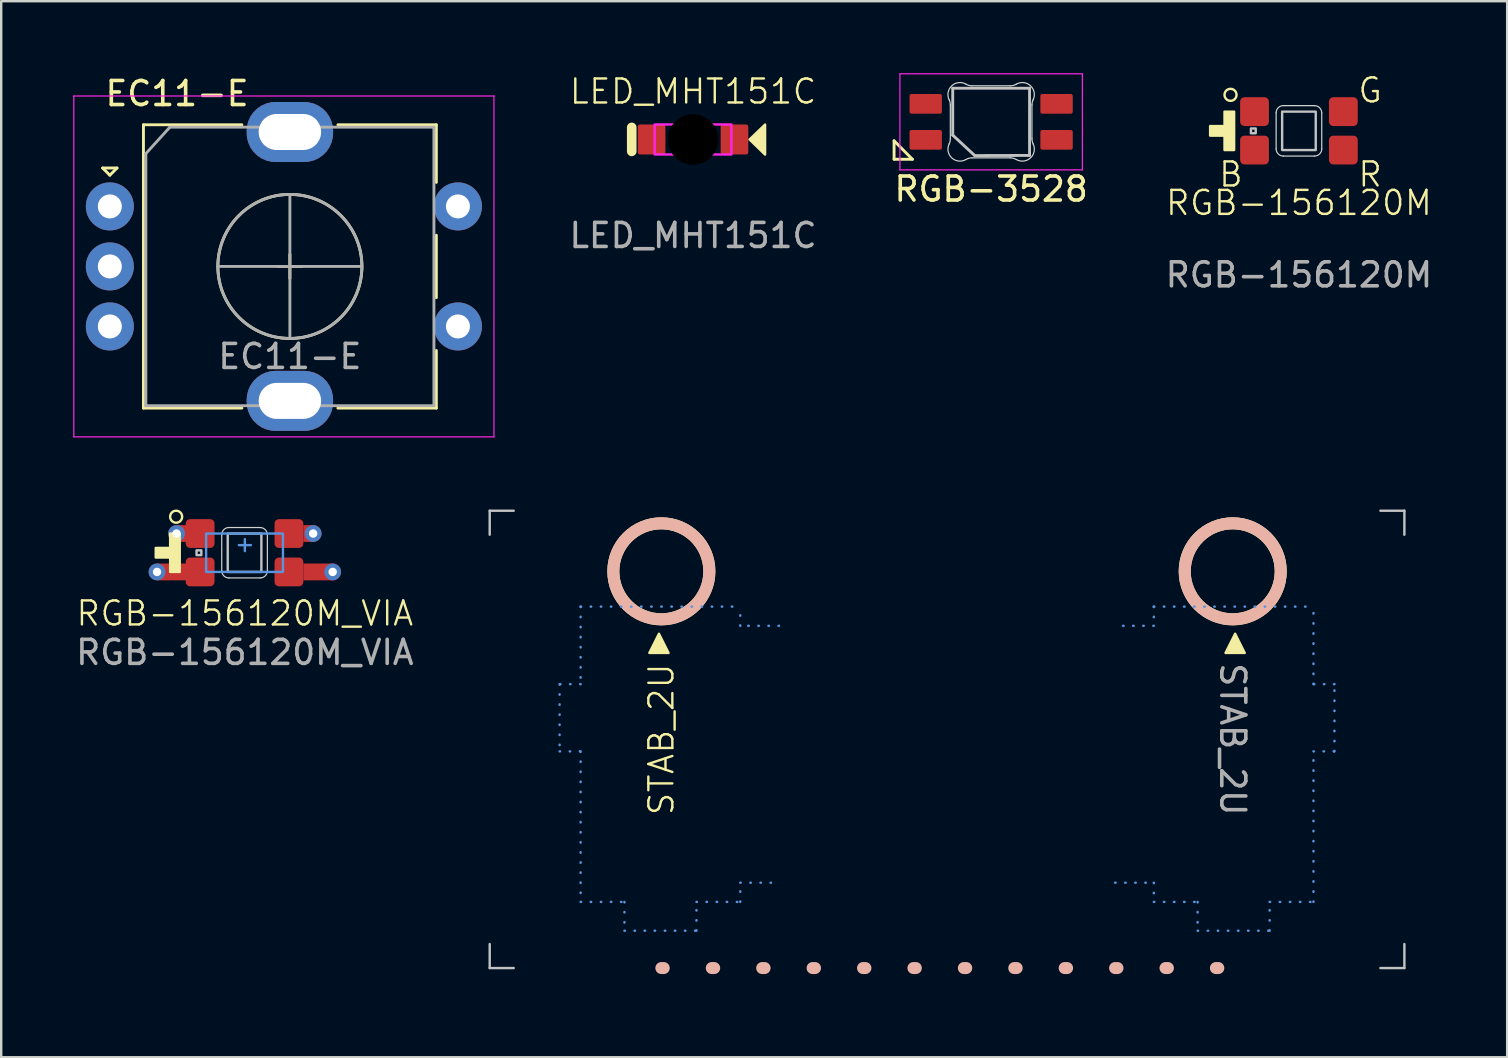
<source format=kicad_pcb>
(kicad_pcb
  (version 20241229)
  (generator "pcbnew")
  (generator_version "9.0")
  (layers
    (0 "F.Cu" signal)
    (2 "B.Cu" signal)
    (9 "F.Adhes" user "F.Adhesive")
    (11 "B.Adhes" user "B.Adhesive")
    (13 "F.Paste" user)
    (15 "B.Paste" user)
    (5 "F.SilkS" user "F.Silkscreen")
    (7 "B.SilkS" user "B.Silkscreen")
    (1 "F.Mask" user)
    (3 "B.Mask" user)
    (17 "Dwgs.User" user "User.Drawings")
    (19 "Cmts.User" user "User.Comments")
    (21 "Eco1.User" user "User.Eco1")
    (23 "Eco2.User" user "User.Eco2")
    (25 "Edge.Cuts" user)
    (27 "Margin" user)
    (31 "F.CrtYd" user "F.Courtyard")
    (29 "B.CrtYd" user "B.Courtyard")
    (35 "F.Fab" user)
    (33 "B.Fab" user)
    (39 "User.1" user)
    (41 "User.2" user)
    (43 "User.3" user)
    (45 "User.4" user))
  (footprint "EC11-E"
    (layer "F.Cu")
    (at 9.025 8.048)
    (property "Reference" "EC11-E" (at -4.7 -7.2 0) (layer "F.SilkS") (effects (font (size 1 1) (thickness 0.15))))
    (attr through_hole)
    (fp_line (start -7.8 -4.1) (end -7.2 -4.1) (stroke (width 0.12) (type solid)) (layer "F.SilkS"))
    (fp_line (start -7.5 -3.8) (end -7.8 -4.1) (stroke (width 0.12) (type solid)) (layer "F.SilkS"))
    (fp_line (start -7.2 -4.1) (end -7.5 -3.8) (stroke (width 0.12) (type solid)) (layer "F.SilkS"))
    (fp_line (start -6.1 -5.9) (end -6.1 5.9) (stroke (width 0.12) (type solid)) (layer "F.SilkS"))
    (fp_line (start -2 -5.9) (end -6.1 -5.9) (stroke (width 0.12) (type solid)) (layer "F.SilkS"))
    (fp_line (start -2 5.9) (end -6.1 5.9) (stroke (width 0.12) (type solid)) (layer "F.SilkS"))
    (fp_line (start -0.5 0) (end 0.5 0) (stroke (width 0.12) (type solid)) (layer "F.SilkS"))
    (fp_line (start 0 -0.5) (end 0 0.5) (stroke (width 0.12) (type solid)) (layer "F.SilkS"))
    (fp_line (start 2 -5.9) (end 6.1 -5.9) (stroke (width 0.12) (type solid)) (layer "F.SilkS"))
    (fp_line (start 6.1 -5.9) (end 6.1 -3.5) (stroke (width 0.12) (type solid)) (layer "F.SilkS"))
    (fp_line (start 6.1 -1.3) (end 6.1 1.3) (stroke (width 0.12) (type solid)) (layer "F.SilkS"))
    (fp_line (start 6.1 3.5) (end 6.1 5.9) (stroke (width 0.12) (type solid)) (layer "F.SilkS"))
    (fp_line (start 6.1 5.9) (end 2 5.9) (stroke (width 0.12) (type solid)) (layer "F.SilkS"))
    (fp_circle (center 0 0) (end 3 0) (stroke (width 0.12) (type solid)) (fill no) (layer "F.SilkS"))
    (fp_line (start -9 -7.1) (end -9 7.1) (stroke (width 0.05) (type solid)) (layer "F.CrtYd"))
    (fp_line (start -9 -7.1) (end 8.5 -7.1) (stroke (width 0.05) (type solid)) (layer "F.CrtYd"))
    (fp_line (start 8.5 7.1) (end -9 7.1) (stroke (width 0.05) (type solid)) (layer "F.CrtYd"))
    (fp_line (start 8.5 7.1) (end 8.5 -7.1) (stroke (width 0.05) (type solid)) (layer "F.CrtYd"))
    (fp_line (start -6 -4.7) (end -5 -5.8) (stroke (width 0.12) (type solid)) (layer "F.Fab"))
    (fp_line (start -6 5.8) (end -6 -4.7) (stroke (width 0.12) (type solid)) (layer "F.Fab"))
    (fp_line (start -5 -5.8) (end 6 -5.8) (stroke (width 0.12) (type solid)) (layer "F.Fab"))
    (fp_line (start -3 0) (end 3 0) (stroke (width 0.12) (type solid)) (layer "F.Fab"))
    (fp_line (start 0 -3) (end 0 3) (stroke (width 0.12) (type solid)) (layer "F.Fab"))
    (fp_line (start 6 -5.8) (end 6 5.8) (stroke (width 0.12) (type solid)) (layer "F.Fab"))
    (fp_line (start 6 5.8) (end -6 5.8) (stroke (width 0.12) (type solid)) (layer "F.Fab"))
    (fp_circle (center 0 0) (end 3 0) (stroke (width 0.12) (type solid)) (fill no) (layer "F.Fab"))
    (fp_text user "${REFERENCE}" (at 0 3.75 0) (layer "F.Fab") (effects (font (size 1 1) (thickness 0.15))))
    (pad "A" thru_hole circle (at -7.5 -2.5) (size 2 2) (drill 1) (layers "*.Cu" "*.Mask"))
    (pad "B" thru_hole circle (at -7.5 2.5) (size 2 2) (drill 1) (layers "*.Cu" "*.Mask"))
    (pad "C" thru_hole circle (at -7.5 0) (size 2 2) (drill 1) (layers "*.Cu" "*.Mask"))
    (pad "D" thru_hole circle (at 7 -2.5) (size 2 2) (drill 1) (layers "*.Cu" "*.Mask"))
    (pad "E" thru_hole circle (at 7 2.5) (size 2 2) (drill 1) (layers "*.Cu" "*.Mask"))
    (pad "MP" thru_hole roundrect (at 0 -5.6) (size 3.6 2.5) (drill oval 2.6 1.5) (layers "*.Cu" "*.Mask") (roundrect_rratio 0.48))
    (pad "MP" thru_hole roundrect (at 0 5.6) (size 3.6 2.5) (drill oval 2.6 1.5) (layers "*.Cu" "*.Mask") (roundrect_rratio 0.48)))
  (footprint "RGB-156120M"
    (layer "F.Cu")
    (at 51.056 2.4)
    (property "Reference" "RGB-156120M" (at 0 3 0) (unlocked yes) (layer "F.SilkS") (effects (font (size 1 1) (thickness 0.1))))
    (attr through_hole)
    (fp_circle (center -2.85 -1.5) (end -2.6 -1.5) (stroke (width 0.1) (type default)) (fill no) (layer "F.SilkS"))
    (fp_poly (pts (xy -2.7 -0.8) (xy -2.7 0.8) (xy -3.1 0.8) (xy -3.1 0.2) (xy -3.7 0.2) (xy -3.7 -0.2) (xy -3.1 -0.2) (xy -3.1 -0.8)) (stroke (width 0.1) (type solid)) (fill yes) (layer "F.SilkS"))
    (fp_rect (start -2 -0.1) (end -1.8 0.1) (stroke (width 0.1) (type solid)) (fill no) (layer "Dwgs.User"))
    (fp_rect (start -0.7 -0.8) (end 0.7 0.8) (stroke (width 0.1) (type solid)) (fill no) (layer "Dwgs.User"))
    (fp_line (start -0.95 -0.75) (end -0.95 0.75) (stroke (width 0.05) (type solid)) (layer "Edge.Cuts"))
    (fp_line (start -0.65 -1.05) (end 0.65 -1.05) (stroke (width 0.05) (type solid)) (layer "Edge.Cuts"))
    (fp_line (start -0.65 1.05) (end 0.65 1.05) (stroke (width 0.05) (type solid)) (layer "Edge.Cuts"))
    (fp_line (start 0.95 -0.75) (end 0.95 0.75) (stroke (width 0.05) (type solid)) (layer "Edge.Cuts"))
    (fp_arc (start -0.950344 -0.749604) (mid -0.862655 -0.962095) (end -0.650396 -1.050344) (stroke (width 0.05) (type solid)) (layer "Edge.Cuts"))
    (fp_arc (start -0.65 1.050632) (mid -0.862579 0.962579) (end -0.950632 0.75) (stroke (width 0.05) (type solid)) (layer "Edge.Cuts"))
    (fp_arc (start 0.65 -1.048194) (mid 0.860855 -0.960855) (end 0.948194 -0.75) (stroke (width 0.05) (type solid)) (layer "Edge.Cuts"))
    (fp_arc (start 0.950632 0.75) (mid 0.862579 0.962579) (end 0.65 1.050632) (stroke (width 0.05) (type solid)) (layer "Edge.Cuts"))
    (fp_rect (start -1.25 -1.725) (end 1.25 1.725) (stroke (width 0.1) (type solid)) (fill no) (layer "Margin"))
    (fp_text user "R" (at 2.4 2.4 0) (unlocked yes) (layer "F.SilkS") (effects (font (size 1 1) (thickness 0.1)) (justify left bottom)))
    (fp_text user "G" (at 2.4 -1.1 0) (unlocked yes) (layer "F.SilkS") (effects (font (size 1 1) (thickness 0.1)) (justify left bottom)))
    (fp_text user "B" (at -3.4 2.4 0) (unlocked yes) (layer "F.SilkS") (effects (font (size 1 1) (thickness 0.1)) (justify left bottom)))
    (fp_text user "${REFERENCE}" (at 0 6 0) (unlocked yes) (layer "F.Fab") (effects (font (size 1 1) (thickness 0.15))))
    (pad "1" smd roundrect (at -1.85 -0.8) (size 1.2 1.2) (layers "F.Cu" "F.Mask" "F.Paste") (roundrect_rratio 0.15))
    (pad "2" smd roundrect (at -1.85 0.8) (size 1.2 1.2) (layers "F.Cu" "F.Mask" "F.Paste") (roundrect_rratio 0.15))
    (pad "3" smd roundrect (at 1.85 0.8) (size 1.2 1.2) (layers "F.Cu" "F.Mask" "F.Paste") (roundrect_rratio 0.15))
    (pad "4" smd roundrect (at 1.85 -0.8) (size 1.2 1.2) (layers "F.Cu" "F.Mask" "F.Paste") (roundrect_rratio 0.15)))
  (footprint "RGB-3528"
    (layer "F.Cu")
    (at 38.235 2.025)
    (property "Reference" "RGB-3528" (at 0 2.8 0) (layer "F.SilkS") (effects (font (size 1 1) (thickness 0.15))))
    (fp_line (start -4.043 0.79) (end -4.043 1.559) (stroke (width 0.12) (type solid)) (layer "F.SilkS"))
    (fp_line (start -4.043 1.559) (end -3.28 1.559) (stroke (width 0.12) (type solid)) (layer "F.SilkS"))
    (fp_line (start -3.28 1.559) (end -4.043 0.79) (stroke (width 0.12) (type solid)) (layer "F.SilkS"))
    (fp_line (start -1.6 -1.4) (end 1.6 -1.4) (stroke (width 0.12) (type solid)) (layer "Dwgs.User"))
    (fp_line (start -1.6 0.554) (end -1.6 -1.4) (stroke (width 0.12) (type solid)) (layer "Dwgs.User"))
    (fp_line (start -0.688 1.4) (end -1.6 0.554) (stroke (width 0.12) (type solid)) (layer "Dwgs.User"))
    (fp_line (start -0.683 1.405) (end 1.6 1.399) (stroke (width 0.12) (type solid)) (layer "Dwgs.User"))
    (fp_line (start 1.6 -1.4) (end 1.6 1.399) (stroke (width 0.12) (type solid)) (layer "Dwgs.User"))
    (fp_line (start -1.7 -0.703) (end -1.7 0.703) (stroke (width 0.05) (type solid)) (layer "Edge.Cuts"))
    (fp_line (start -0.794 1.5) (end 0.794 1.5) (stroke (width 0.05) (type solid)) (layer "Edge.Cuts"))
    (fp_line (start 0.794 -1.5) (end -0.794 -1.5) (stroke (width 0.05) (type solid)) (layer "Edge.Cuts"))
    (fp_line (start 1.7 0.703) (end 1.7 -0.703) (stroke (width 0.05) (type solid)) (layer "Edge.Cuts"))
    (fp_arc (start -1.749484 -0.919721) (mid -1.712527 -0.814069) (end -1.699999 -0.702844) (stroke (width 0.05) (type solid)) (layer "Edge.Cuts"))
    (fp_arc (start -1.749484 -0.919721) (mid -1.638071 -1.504036) (end -1.046711 -1.568299) (stroke (width 0.05) (type solid)) (layer "Edge.Cuts"))
    (fp_arc (start -1.699999 0.702841) (mid -1.712527 0.814067) (end -1.749484 0.919719) (stroke (width 0.05) (type solid)) (layer "Edge.Cuts"))
    (fp_arc (start -1.046711 1.568298) (mid -1.638072 1.504034) (end -1.749484 0.919718) (stroke (width 0.05) (type solid)) (layer "Edge.Cuts"))
    (fp_arc (start -1.046711 1.568298) (mid -0.925123 1.517376) (end -0.794452 1.499999) (stroke (width 0.05) (type solid)) (layer "Edge.Cuts"))
    (fp_arc (start -0.794453 -1.5) (mid -0.925123 -1.517377) (end -1.046711 -1.568299) (stroke (width 0.05) (type solid)) (layer "Edge.Cuts"))
    (fp_arc (start 0.794452 1.499999) (mid 0.925122 1.517376) (end 1.04671 1.568298) (stroke (width 0.05) (type solid)) (layer "Edge.Cuts"))
    (fp_arc (start 1.046711 -1.5683) (mid 0.925123 -1.517378) (end 0.794453 -1.500001) (stroke (width 0.05) (type solid)) (layer "Edge.Cuts"))
    (fp_arc (start 1.046711 -1.5683) (mid 1.638071 -1.504036) (end 1.749484 -0.919721) (stroke (width 0.05) (type solid)) (layer "Edge.Cuts"))
    (fp_arc (start 1.699999 -0.702843) (mid 1.712527 -0.814069) (end 1.749484 -0.919721) (stroke (width 0.05) (type solid)) (layer "Edge.Cuts"))
    (fp_arc (start 1.749484 0.919719) (mid 1.63807 1.504033) (end 1.046711 1.568296) (stroke (width 0.05) (type solid)) (layer "Edge.Cuts"))
    (fp_arc (start 1.749484 0.919719) (mid 1.712527 0.814067) (end 1.699999 0.702842) (stroke (width 0.05) (type solid)) (layer "Edge.Cuts"))
    (fp_line (start -3.8 -2) (end 3.8 -2) (stroke (width 0.05) (type solid)) (layer "F.CrtYd"))
    (fp_line (start -3.8 2) (end -3.8 -2) (stroke (width 0.05) (type solid)) (layer "F.CrtYd"))
    (fp_line (start 3.8 -2) (end 3.8 2) (stroke (width 0.05) (type solid)) (layer "F.CrtYd"))
    (fp_line (start 3.8 2) (end -3.8 2) (stroke (width 0.05) (type solid)) (layer "F.CrtYd"))
    (pad "1" smd roundrect (at -2.725 0.75 90) (size 0.82 1.35) (layers "F.Cu" "F.Mask" "F.Paste") (roundrect_rratio 0.1))
    (pad "2" smd roundrect (at -2.725 -0.75 90) (size 0.82 1.35) (layers "F.Cu" "F.Mask" "F.Paste") (roundrect_rratio 0.1))
    (pad "3" smd roundrect (at 2.725 -0.75 90) (size 0.82 1.35) (layers "F.Cu" "F.Mask" "F.Paste") (roundrect_rratio 0.1))
    (pad "4" smd roundrect (at 2.725 0.75 90) (size 0.82 1.35) (layers "F.Cu" "F.Mask" "F.Paste") (roundrect_rratio 0.1)))
  (footprint "STAB_2U"
    (layer "F.Cu")
    (at 36.398 27.748)
    (property "Reference" "STAB_2U" (at -11.9 0 90) (unlocked yes) (layer "F.SilkS") (effects (font (size 1 1) (thickness 0.1))))
    (attr through_hole)
    (fp_circle (center -11.9 -7) (end -9.9 -7) (stroke (width 0.5) (type solid)) (fill no) (layer "F.SilkS"))
    (fp_circle (center 11.9 -7) (end 13.9 -7) (stroke (width 0.5) (type solid)) (fill no) (layer "F.SilkS"))
    (fp_poly (pts (xy -12 -4.4) (xy -12.4 -3.6) (xy -11.6 -3.6)) (stroke (width 0.1) (type solid)) (fill yes) (layer "F.SilkS"))
    (fp_poly (pts (xy 12 -4.4) (xy 11.6 -3.6) (xy 12.4 -3.6)) (stroke (width 0.1) (type solid)) (fill yes) (layer "F.SilkS"))
    (fp_line (start -11.9 9.525) (end 11.9 9.525) (stroke (width 0.5) (type dot)) (layer "B.SilkS"))
    (fp_circle (center -11.9 -7) (end -9.9 -7) (stroke (width 0.5) (type solid)) (fill no) (layer "B.SilkS"))
    (fp_circle (center 11.9 -7) (end 13.9 -7) (stroke (width 0.5) (type solid)) (fill no) (layer "B.SilkS"))
    (fp_line (start -19.05 -9.525) (end -19.05 -8.525) (stroke (width 0.1) (type solid)) (layer "Dwgs.User"))
    (fp_line (start -19.05 8.525) (end -19.05 9.525) (stroke (width 0.1) (type solid)) (layer "Dwgs.User"))
    (fp_line (start -19.05 9.525) (end -18.05 9.525) (stroke (width 0.1) (type solid)) (layer "Dwgs.User"))
    (fp_line (start -18.05 -9.525) (end -19.05 -9.525) (stroke (width 0.1) (type solid)) (layer "Dwgs.User"))
    (fp_line (start 18.05 -9.525) (end 19.05 -9.525) (stroke (width 0.1) (type solid)) (layer "Dwgs.User"))
    (fp_line (start 19.05 -9.525) (end 19.05 -8.525) (stroke (width 0.1) (type solid)) (layer "Dwgs.User"))
    (fp_line (start 19.05 8.525) (end 19.05 9.525) (stroke (width 0.1) (type solid)) (layer "Dwgs.User"))
    (fp_line (start 19.05 9.525) (end 18.05 9.525) (stroke (width 0.1) (type solid)) (layer "Dwgs.User"))
    (fp_line (start -16.138 -2.3) (end -16.138 0.5) (stroke (width 0.1) (type dot)) (layer "Cmts.User"))
    (fp_line (start -16.138 0.5) (end -15.263 0.5) (stroke (width 0.1) (type dot)) (layer "Cmts.User"))
    (fp_line (start -15.263 -5.53) (end -15.263 -2.3) (stroke (width 0.1) (type dot)) (layer "Cmts.User"))
    (fp_line (start -15.263 -5.53) (end -8.613 -5.53) (stroke (width 0.1) (type dot)) (layer "Cmts.User"))
    (fp_line (start -15.263 -2.3) (end -16.138 -2.3) (stroke (width 0.1) (type dot)) (layer "Cmts.User"))
    (fp_line (start -15.263 0.5) (end -15.263 6.77) (stroke (width 0.1) (type dot)) (layer "Cmts.User"))
    (fp_line (start -15.263 6.77) (end -13.438 6.77) (stroke (width 0.1) (type dot)) (layer "Cmts.User"))
    (fp_line (start -13.438 6.77) (end -13.438 7.97) (stroke (width 0.1) (type dot)) (layer "Cmts.User"))
    (fp_line (start -13.438 7.97) (end -10.438 7.97) (stroke (width 0.1) (type dot)) (layer "Cmts.User"))
    (fp_line (start -10.438 6.77) (end -8.613 6.77) (stroke (width 0.1) (type dot)) (layer "Cmts.User"))
    (fp_line (start -10.438 7.97) (end -10.438 6.77) (stroke (width 0.1) (type dot)) (layer "Cmts.User"))
    (fp_line (start -8.613 -4.73) (end -8.613 -5.53) (stroke (width 0.1) (type dot)) (layer "Cmts.User"))
    (fp_line (start -8.613 5.97) (end -7 5.97) (stroke (width 0.1) (type dot)) (layer "Cmts.User"))
    (fp_line (start -8.613 6.77) (end -8.613 5.97) (stroke (width 0.1) (type dot)) (layer "Cmts.User"))
    (fp_line (start -7 -4.73) (end -8.613 -4.73) (stroke (width 0.1) (type dot)) (layer "Cmts.User"))
    (fp_line (start 7 5.97) (end 8.613 5.97) (stroke (width 0.1) (type dot)) (layer "Cmts.User"))
    (fp_line (start 8.613 -5.53) (end 8.613 -4.73) (stroke (width 0.1) (type dot)) (layer "Cmts.User"))
    (fp_line (start 8.613 -5.53) (end 15.263 -5.53) (stroke (width 0.1) (type dot)) (layer "Cmts.User"))
    (fp_line (start 8.613 -4.73) (end 7 -4.73) (stroke (width 0.1) (type dot)) (layer "Cmts.User"))
    (fp_line (start 8.613 5.97) (end 8.613 6.77) (stroke (width 0.1) (type dot)) (layer "Cmts.User"))
    (fp_line (start 8.613 6.77) (end 10.438 6.77) (stroke (width 0.1) (type dot)) (layer "Cmts.User"))
    (fp_line (start 10.438 6.77) (end 10.438 7.97) (stroke (width 0.1) (type dot)) (layer "Cmts.User"))
    (fp_line (start 10.438 7.97) (end 13.438 7.97) (stroke (width 0.1) (type dot)) (layer "Cmts.User"))
    (fp_line (start 13.438 6.77) (end 15.263 6.77) (stroke (width 0.1) (type dot)) (layer "Cmts.User"))
    (fp_line (start 13.438 7.97) (end 13.438 6.77) (stroke (width 0.1) (type dot)) (layer "Cmts.User"))
    (fp_line (start 15.263 -2.3) (end 15.263 -5.53) (stroke (width 0.1) (type dot)) (layer "Cmts.User"))
    (fp_line (start 15.263 0.5) (end 16.138 0.5) (stroke (width 0.1) (type dot)) (layer "Cmts.User"))
    (fp_line (start 15.263 6.77) (end 15.263 0.5) (stroke (width 0.1) (type dot)) (layer "Cmts.User"))
    (fp_line (start 16.138 -2.3) (end 15.263 -2.3) (stroke (width 0.1) (type dot)) (layer "Cmts.User"))
    (fp_line (start 16.138 0.5) (end 16.138 -2.3) (stroke (width 0.1) (type dot)) (layer "Cmts.User"))
    (fp_text user "${REFERENCE}" (at 11.9 0 270) (unlocked yes) (layer "F.Fab") (effects (font (size 1 1) (thickness 0.15))))
    (pad "" np_thru_hole circle (at -11.9 -7) (size 0.01 0.01) (drill 3.05) (layers "*.Cu" "*.Mask"))
    (pad "" np_thru_hole circle (at -11.9 8.24) (size 0.01 0.01) (drill 4) (layers "*.Cu" "*.Mask"))
    (pad "" np_thru_hole circle (at 11.9 -7) (size 0.01 0.01) (drill 3.05) (layers "*.Cu" "*.Mask"))
    (pad "" np_thru_hole circle (at 11.9 8.24) (size 0.01 0.01) (drill 4) (layers "*.Cu" "*.Mask")))
  (footprint "LED_MHT151C"
    (layer "F.Cu")
    (at 25.818 2.76)
    (property "Reference" "LED_MHT151C" (at 0 -2 0) (unlocked yes) (layer "F.SilkS") (effects (font (size 1 1) (thickness 0.1))))
    (attr through_hole)
    (fp_line (start -2.554 0.496) (end -2.554 -0.504) (stroke (width 0.4) (type solid)) (layer "F.SilkS"))
    (fp_poly (pts (xy 2.354 0.001) (xy 3.001 -0.623) (xy 3.001 0.629)) (stroke (width 0.1) (type solid)) (fill yes) (layer "F.SilkS"))
    (fp_circle (center 0 0) (end 0.64 -0.895) (stroke (width 0.1) (type default)) (fill no) (layer "Margin"))
    (fp_rect (start -1.6 -0.625) (end 1.6 0.625) (stroke (width 0.1) (type solid)) (fill no) (layer "F.CrtYd"))
    (fp_text user "${REFERENCE}" (at 0 4 0) (unlocked yes) (layer "F.Fab") (effects (font (size 1 1) (thickness 0.15))))
    (pad "" np_thru_hole custom (at 0 0) (size 2.1 2.1) (drill 2.1) (layers "*.Mask") (options (anchor circle)) (primitives))
    (pad "1" smd roundrect (at 1.726 0) (size 1.151 1.25) (layers "F.Cu" "F.Mask" "F.Paste") (roundrect_rratio 0.079))
    (pad "2" smd roundrect (at -1.726 0) (size 1.151 1.25) (layers "F.Cu" "F.Mask" "F.Paste") (roundrect_rratio 0.079)))
  (footprint "RGB-156120M_VIA"
    (layer "F.Cu")
    (at 7.149 19.656)
    (property "Reference" "RGB-156120M_VIA" (at 0 2.845 0) (unlocked yes) (layer "F.SilkS") (effects (font (size 1 1) (thickness 0.1))))
    (attr through_hole)
    (fp_rect (start -3.658 0.767) (end -2.438 1.468) (stroke (width 0.000254) (type solid)) (fill yes) (layer "F.Cu"))
    (fp_rect (start -2.845 -0.833) (end -2.438 -0.133) (stroke (width 0.000254) (type solid)) (fill yes) (layer "F.Cu"))
    (fp_rect (start 2.438 -0.833) (end 2.845 -0.133) (stroke (width 0.000254) (type solid)) (fill yes) (layer "F.Cu"))
    (fp_rect (start 2.438 0.767) (end 3.658 1.468) (stroke (width 0.000254) (type solid)) (fill yes) (layer "F.Cu"))
    (fp_circle (center -2.862 -1.183) (end -2.612 -1.183) (stroke (width 0.1) (type default)) (fill no) (layer "F.SilkS"))
    (fp_poly (pts (xy -2.712 -0.482) (xy -2.712 1.117) (xy -3.112 1.117) (xy -3.112 0.517) (xy -3.712 0.517) (xy -3.712 0.117) (xy -3.112 0.117) (xy -3.112 -0.482)) (stroke (width 0.1) (type solid)) (fill yes) (layer "F.SilkS"))
    (fp_rect (start -2.013 0.217) (end -1.812 0.417) (stroke (width 0.1) (type solid)) (fill no) (layer "Dwgs.User"))
    (fp_rect (start -0.713 -0.482) (end 0.688 1.117) (stroke (width 0.1) (type solid)) (fill no) (layer "Dwgs.User"))
    (fp_line (start -0.25 0) (end 0.25 0) (stroke (width 0.1) (type solid)) (layer "Cmts.User"))
    (fp_line (start 0 0.25) (end 0 -0.25) (stroke (width 0.1) (type solid)) (layer "Cmts.User"))
    (fp_rect (start -1.613 -0.482) (end 1.587 1.117) (stroke (width 0.1) (type solid)) (fill no) (layer "Cmts.User"))
    (fp_line (start -0.963 -0.432) (end -0.963 1.067) (stroke (width 0.05) (type solid)) (layer "Edge.Cuts"))
    (fp_line (start -0.662 -0.733) (end 0.637 -0.733) (stroke (width 0.05) (type solid)) (layer "Edge.Cuts"))
    (fp_line (start -0.662 1.367) (end 0.637 1.367) (stroke (width 0.05) (type solid)) (layer "Edge.Cuts"))
    (fp_line (start 0.938 -0.432) (end 0.938 1.067) (stroke (width 0.05) (type solid)) (layer "Edge.Cuts"))
    (fp_arc (start -0.962844 -0.432104) (mid -0.875155 -0.644595) (end -0.662896 -0.732844) (stroke (width 0.05) (type solid)) (layer "Edge.Cuts"))
    (fp_arc (start -0.6625 1.368132) (mid -0.875079 1.280079) (end -0.963132 1.0675) (stroke (width 0.05) (type solid)) (layer "Edge.Cuts"))
    (fp_arc (start 0.6375 -0.730694) (mid 0.848355 -0.643355) (end 0.935694 -0.4325) (stroke (width 0.05) (type solid)) (layer "Edge.Cuts"))
    (fp_arc (start 0.938132 1.0675) (mid 0.850079 1.280079) (end 0.6375 1.368132) (stroke (width 0.05) (type solid)) (layer "Edge.Cuts"))
    (fp_rect (start -1.262 -1.008) (end 1.238 1.643) (stroke (width 0.1) (type solid)) (fill no) (layer "Margin"))
    (fp_text user "${REFERENCE}" (at 0 4.47 0) (unlocked yes) (layer "F.Fab") (effects (font (size 1 1) (thickness 0.15))))
    (pad "1" thru_hole circle (at -2.845 -0.482) (size 0.7 0.7) (drill 0.35) (layers "*.Cu") (remove_unused_layers yes) (keep_end_layers yes) (zone_layer_connections))
    (pad "1" smd roundrect (at -1.863 -0.482) (size 1.2 1.2) (layers "F.Cu" "F.Mask" "F.Paste") (roundrect_rratio 0.15))
    (pad "2" thru_hole circle (at -3.658 1.117) (size 0.7 0.7) (drill 0.35) (layers "*.Cu") (remove_unused_layers yes) (keep_end_layers yes) (zone_layer_connections))
    (pad "2" smd roundrect (at -1.863 1.117) (size 1.2 1.2) (layers "F.Cu" "F.Mask" "F.Paste") (roundrect_rratio 0.15))
    (pad "3" smd roundrect (at 1.837 1.117) (size 1.2 1.2) (layers "F.Cu" "F.Mask" "F.Paste") (roundrect_rratio 0.15))
    (pad "3" thru_hole circle (at 3.658 1.117) (size 0.7 0.7) (drill 0.35) (layers "*.Cu") (remove_unused_layers yes) (keep_end_layers yes) (zone_layer_connections))
    (pad "4" smd roundrect (at 1.837 -0.482) (size 1.2 1.2) (layers "F.Cu" "F.Mask" "F.Paste") (roundrect_rratio 0.15))
    (pad "4" thru_hole circle (at 2.845 -0.482) (size 0.7 0.7) (drill 0.35) (layers "*.Cu") (remove_unused_layers yes) (keep_end_layers yes) (zone_layer_connections)))
  (gr_rect
    (start -3 -3)
    (end 59.729 40.988)
    (stroke (width 0.1) (type default))
    (fill no)
    (layer "Edge.Cuts")))
</source>
